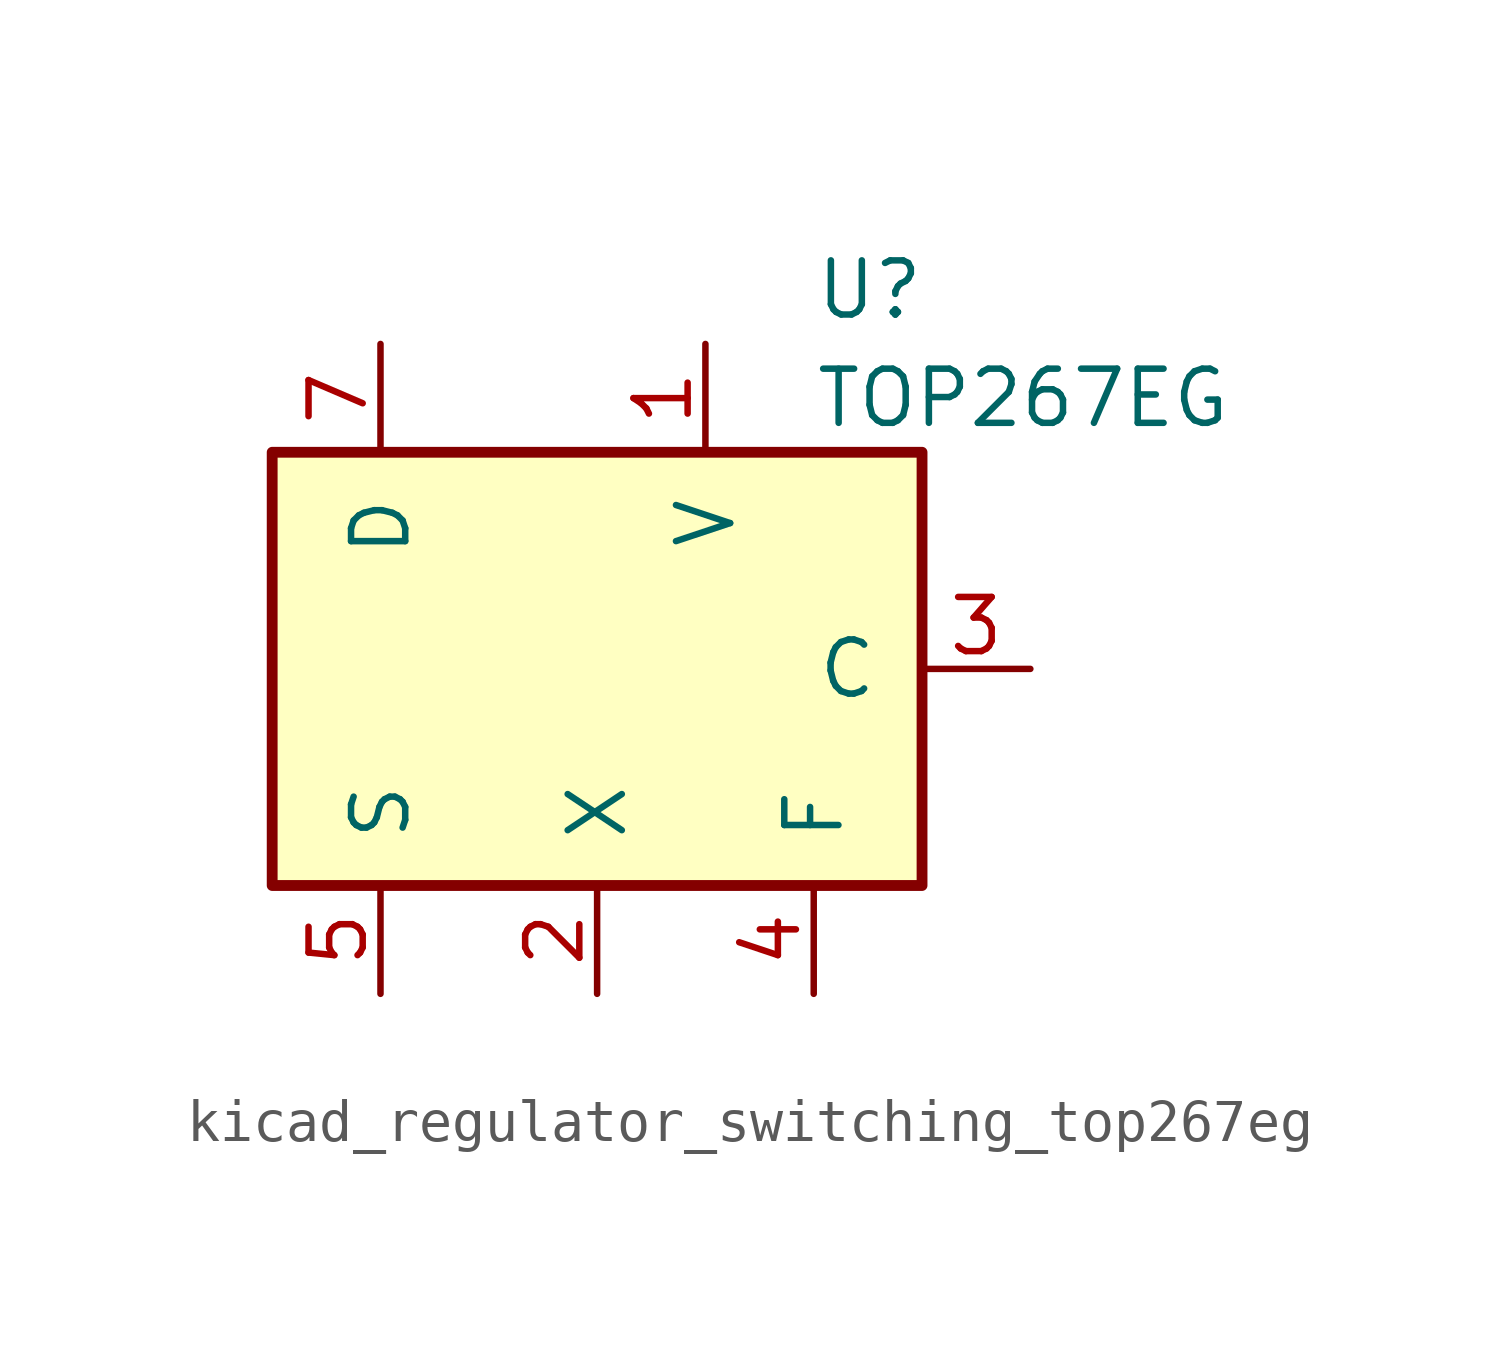
<source format=kicad_sym>
(kicad_symbol_lib
  (version 20220914)
  (generator kicad_symbol_editor)
  (symbol "kicad_regulator_switching_top267eg"
    (pin_names
      (offset 1.016))
    (property "Reference" "U"
      (at 5.08 8.89 0)
      (effects (font (size 1.27 1.27)) (justify left)))
    (property "Value" "TOP267EG"
      (at 5.08 6.35 0)
      (effects (font (size 1.27 1.27)) (justify left)))
    (symbol "kicad_regulator_switching_top267eg_0_1"
      (rectangle (start -7.62 5.08) (end 7.62 -5.08) (stroke (width 0.254) (type default)) (fill (type background))))
    (symbol "kicad_regulator_switching_top267eg_1_1"
      (pin input line (at 2.54 7.62 270) (length 2.54) (name "V" (effects (font (size 1.27 1.27)))) (number "1" (effects (font (size 1.27 1.27)))))
      (pin input line (at 0 -7.62 90) (length 2.54) (name "X" (effects (font (size 1.27 1.27)))) (number "2" (effects (font (size 1.27 1.27)))))
      (pin input line (at 10.16 0 180) (length 2.54) (name "C" (effects (font (size 1.27 1.27)))) (number "3" (effects (font (size 1.27 1.27)))))
      (pin passive line (at 5.08 -7.62 90) (length 2.54) (name "F" (effects (font (size 1.27 1.27)))) (number "4" (effects (font (size 1.27 1.27)))))
      (pin power_in line (at -5.08 -7.62 90) (length 2.54) (name "S" (effects (font (size 1.27 1.27)))) (number "5" (effects (font (size 1.27 1.27)))))
      (pin open_collector line (at -5.08 7.62 270) (length 2.54) (name "D" (effects (font (size 1.27 1.27)))) (number "7" (effects (font (size 1.27 1.27))))))))
</source>
